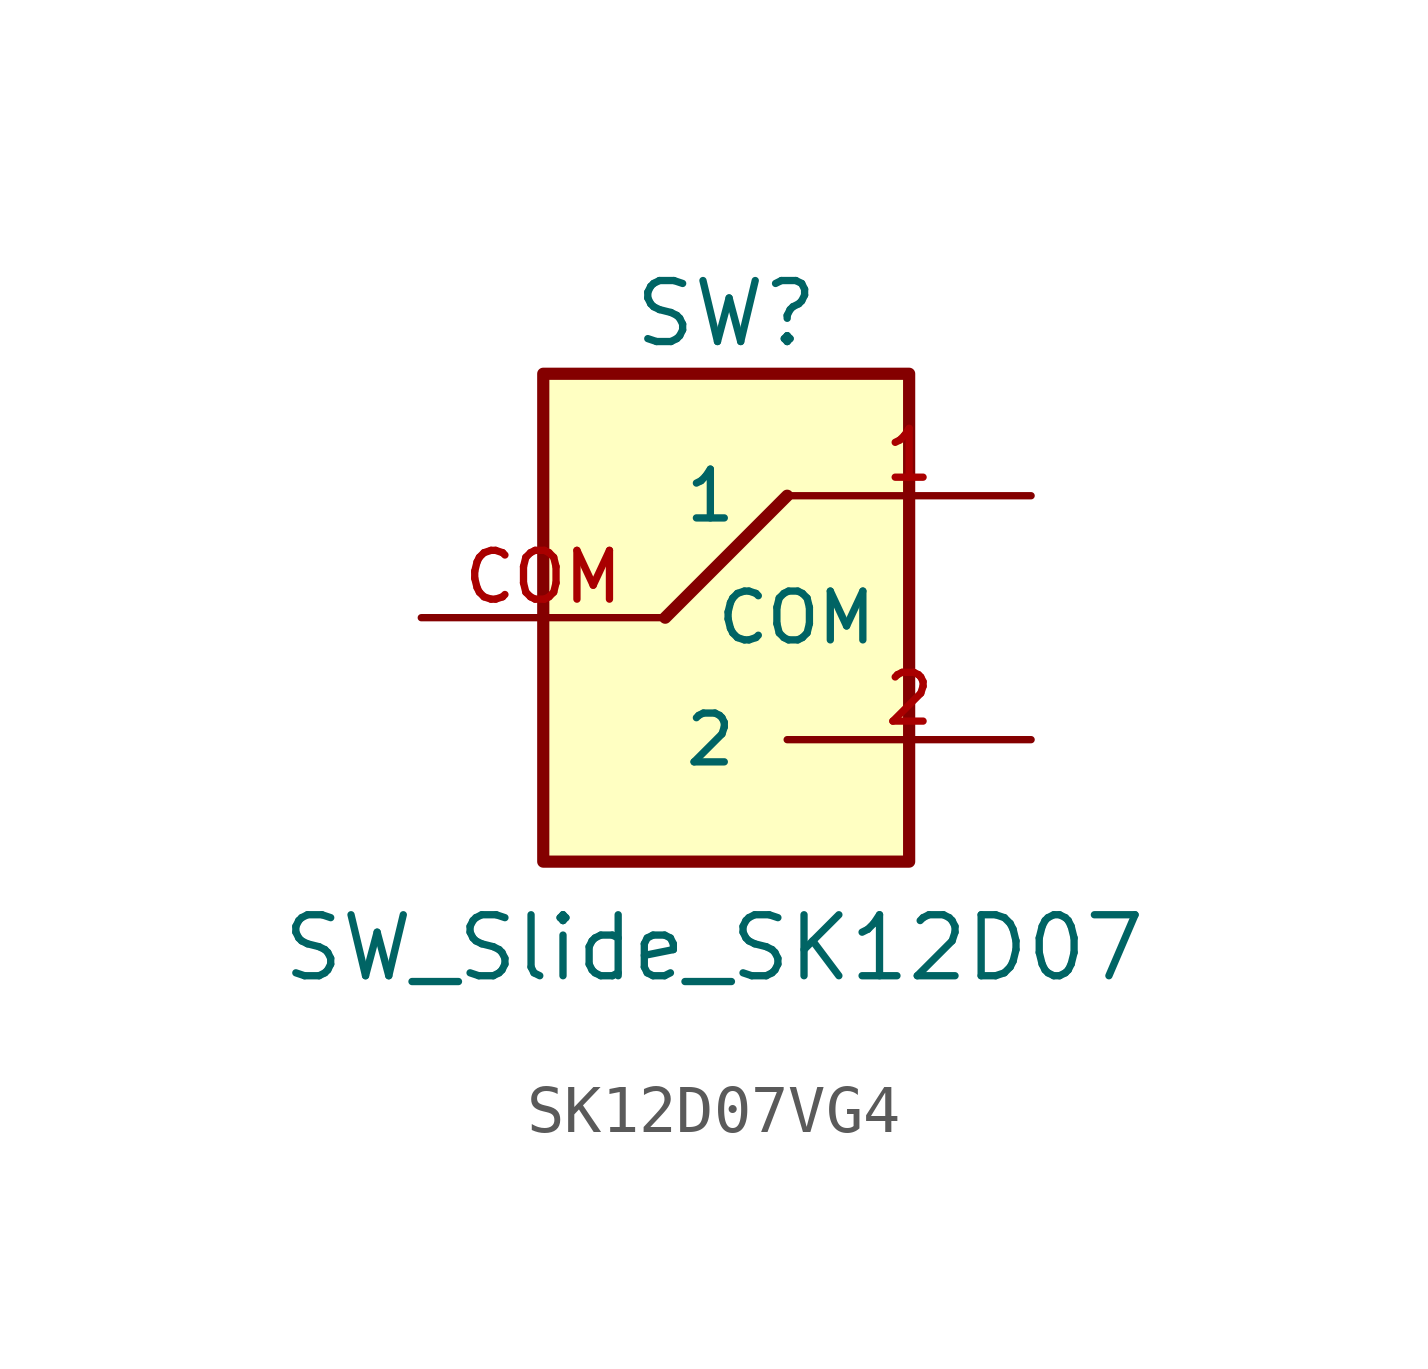
<source format=kicad_sym>
(kicad_symbol_lib
  (version 20231120)
  (generator "kicad_symbol_editor")
  (generator_version "8.0")
  (symbol "SK12D07VG4"
    (pin_names
      (offset 1.016))
    (property "Reference" "SW"
      (at 0 6.858 0)
      (effects (font (size 1.27 1.27)) (justify bottom)))
    (property "Value" "SW_Slide_SK12D07"
      (at -0.254 -6.35 0)
      (effects (font (size 1.27 1.27)) (justify bottom)))
    (symbol "SK12D07VG4_0_0"
      (polyline (pts (xy 1.27 3.81) (xy -1.27 1.27)) (stroke (width 0.254) (type default)) (fill (type none)))
      (rectangle (start 3.81 -3.81) (end -3.81 6.35) (stroke (width 0.254) (type default)) (fill (type background)))
      (pin bidirectional line (at 6.35 3.81 180) (length 5.08) (name "1" (effects (font (size 1.016 1.016)))) (number "1" (effects (font (size 1.016 1.016)))))
      (pin bidirectional line (at 6.35 -1.27 180) (length 5.08) (name "2" (effects (font (size 1.016 1.016)))) (number "2" (effects (font (size 1.016 1.016)))))
      (pin bidirectional line (at -6.35 1.27 0) (length 5.08) (name "COM" (effects (font (size 1.016 1.016)))) (number "COM" (effects (font (size 1.016 1.016))))))))
</source>
